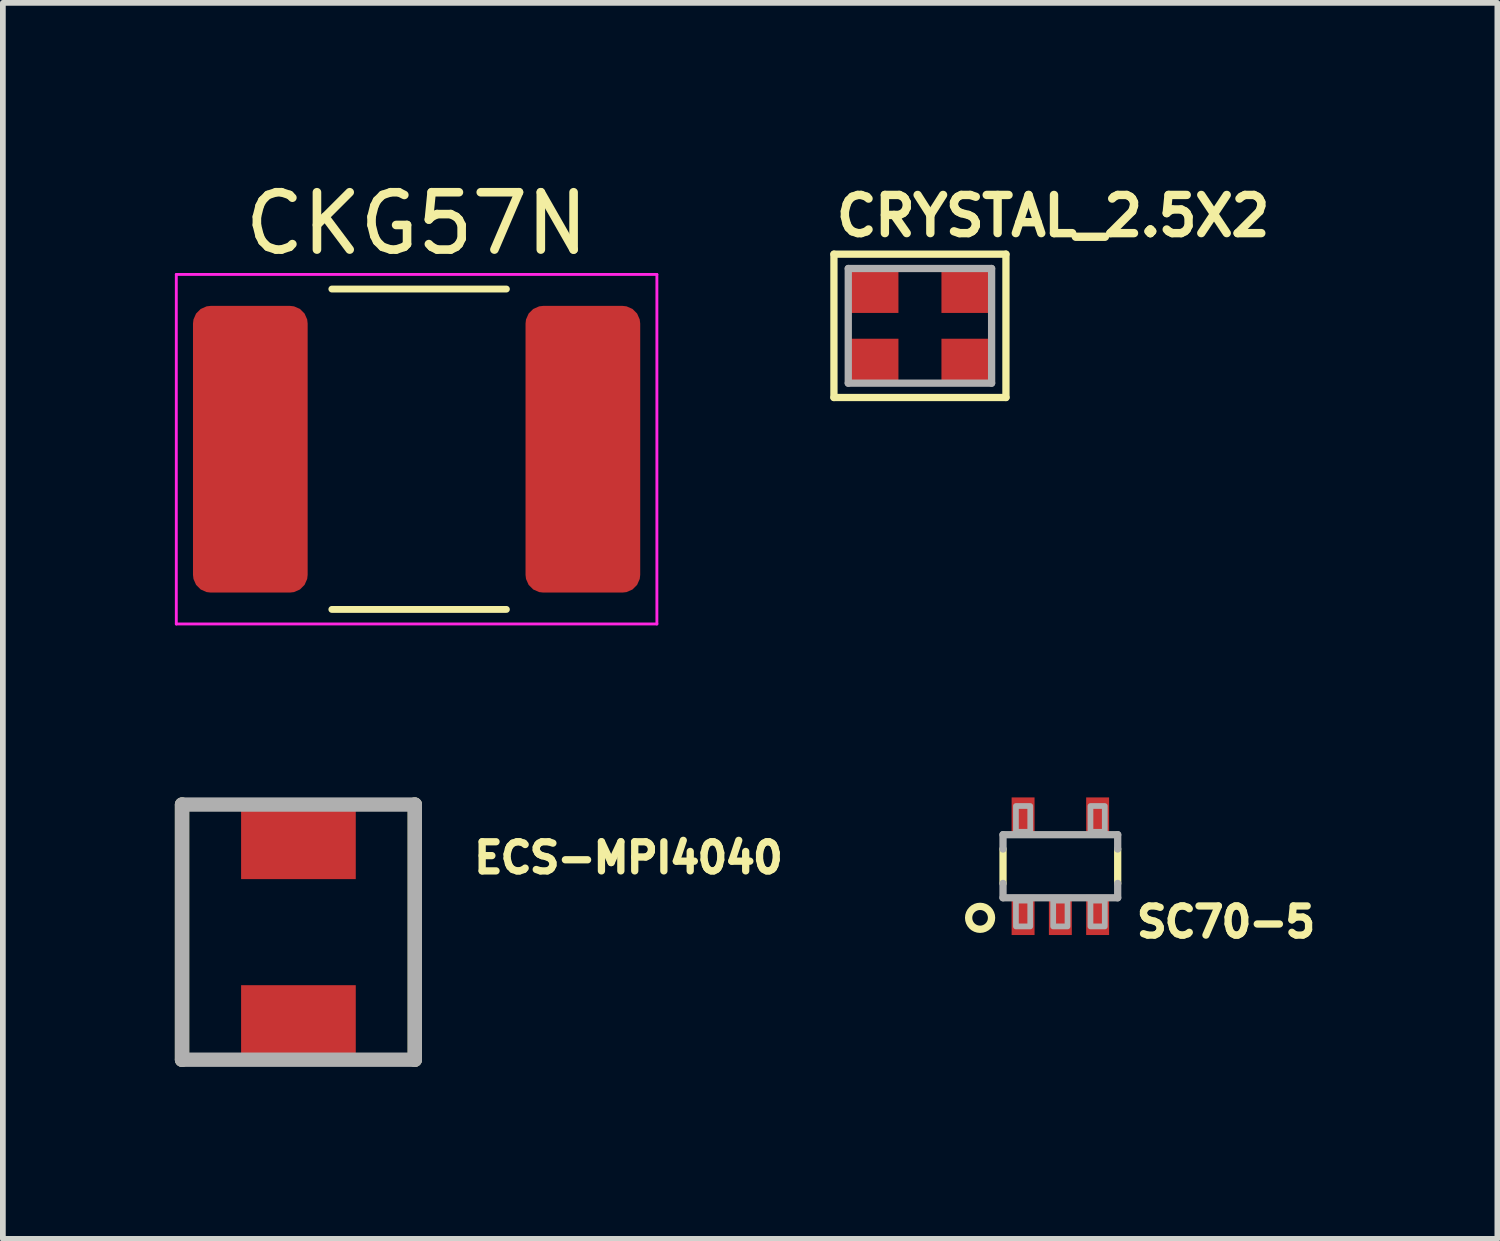
<source format=kicad_pcb>
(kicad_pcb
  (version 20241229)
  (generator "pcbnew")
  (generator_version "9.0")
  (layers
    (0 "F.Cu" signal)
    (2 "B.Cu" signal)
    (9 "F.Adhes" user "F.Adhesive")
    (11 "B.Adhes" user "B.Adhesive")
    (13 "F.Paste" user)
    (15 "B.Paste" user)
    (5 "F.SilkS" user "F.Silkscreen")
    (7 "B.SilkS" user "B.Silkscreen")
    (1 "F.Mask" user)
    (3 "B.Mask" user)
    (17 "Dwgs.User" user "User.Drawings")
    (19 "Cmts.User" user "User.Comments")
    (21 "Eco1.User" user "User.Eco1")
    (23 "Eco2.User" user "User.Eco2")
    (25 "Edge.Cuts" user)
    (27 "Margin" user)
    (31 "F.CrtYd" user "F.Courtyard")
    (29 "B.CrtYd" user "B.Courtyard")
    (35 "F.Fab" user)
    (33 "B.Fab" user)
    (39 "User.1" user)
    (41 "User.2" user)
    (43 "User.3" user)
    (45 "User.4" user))
  (footprint "ECS-MPI4040"
    (layer "F.Cu")
    (at 2.155 13.208)
    (property "Reference" "ECS-MPI4040" (at 3 -1 0) (layer "F.SilkS") (effects (font (size 0.508 0.508) (thickness 0.127)) (justify left bottom)))
    (fp_line (start -2.03 -2.225) (end -2.03 2.225) (stroke (width 0.25) (type solid)) (layer "F.SilkS"))
    (fp_line (start 2.03 -2.225) (end 2.03 2.225) (stroke (width 0.25) (type solid)) (layer "F.SilkS"))
    (fp_line (start -2.03 -2.225) (end -2.03 2.225) (stroke (width 0.25) (type solid)) (layer "F.Fab"))
    (fp_line (start 2.03 -2.225) (end -2.03 -2.225) (stroke (width 0.25) (type solid)) (layer "F.Fab"))
    (fp_line (start 2.03 -2.225) (end 2.03 2.225) (stroke (width 0.25) (type solid)) (layer "F.Fab"))
    (fp_line (start 2.03 2.225) (end -2.03 2.225) (stroke (width 0.25) (type solid)) (layer "F.Fab"))
    (pad "1" smd rect (at 0 -1.575) (size 2 1.3) (layers "F.Cu" "F.Mask" "F.Paste"))
    (pad "2" smd rect (at 0 1.575) (size 2 1.3) (layers "F.Cu" "F.Mask" "F.Paste")))
  (footprint "CRYSTAL_2.5X2"
    (layer "F.Cu")
    (at 12.995 2.633)
    (property "Reference" "CRYSTAL_2.5X2" (at -1.532 -1.528 0) (layer "F.SilkS") (effects (font (size 0.666 0.666) (thickness 0.146)) (justify left bottom)))
    (fp_line (start -1.5 -1.25) (end 1.5 -1.25) (stroke (width 0.127) (type solid)) (layer "F.SilkS"))
    (fp_line (start -1.5 1.25) (end -1.5 -1.25) (stroke (width 0.127) (type solid)) (layer "F.SilkS"))
    (fp_line (start 1.5 -1.25) (end 1.5 1.25) (stroke (width 0.127) (type solid)) (layer "F.SilkS"))
    (fp_line (start 1.5 1.25) (end -1.5 1.25) (stroke (width 0.127) (type solid)) (layer "F.SilkS"))
    (fp_line (start -1.25 -1) (end 1.25 -1) (stroke (width 0.127) (type solid)) (layer "F.Fab"))
    (fp_line (start -1.25 1) (end -1.25 -1) (stroke (width 0.127) (type solid)) (layer "F.Fab"))
    (fp_line (start 1.25 -1) (end 1.25 1) (stroke (width 0.127) (type solid)) (layer "F.Fab"))
    (fp_line (start 1.25 1) (end -1.25 1) (stroke (width 0.127) (type solid)) (layer "F.Fab"))
    (pad "1" smd rect (at -0.825 0.625) (size 0.9 0.8) (layers "F.Cu" "F.Mask" "F.Paste"))
    (pad "2" smd rect (at 0.825 0.625) (size 0.9 0.8) (layers "F.Cu" "F.Mask" "F.Paste"))
    (pad "3" smd rect (at 0.825 -0.625) (size 0.9 0.8) (layers "F.Cu" "F.Mask" "F.Paste"))
    (pad "4" smd rect (at -0.825 -0.625) (size 0.9 0.8) (layers "F.Cu" "F.Mask" "F.Paste")))
  (footprint "SC70-5"
    (layer "F.Cu")
    (at 15.444 12.058)
    (property "Reference" "SC70-5" (at 1.27 1.27 0) (layer "F.SilkS") (effects (font (size 0.508 0.508) (thickness 0.127)) (justify left bottom)))
    (fp_line (start -1 -0.3) (end -1 0.3) (stroke (width 0.127) (type solid)) (layer "F.SilkS"))
    (fp_line (start 1 0.3) (end 1 -0.3) (stroke (width 0.127) (type solid)) (layer "F.SilkS"))
    (fp_circle (center -1.4 0.9) (end -1.2 0.9) (stroke (width 0.127) (type solid)) (fill no) (layer "F.SilkS"))
    (fp_line (start -1 -0.55) (end -1 -0.3) (stroke (width 0.127) (type solid)) (layer "F.Fab"))
    (fp_line (start -1 0.55) (end -1 0.3) (stroke (width 0.127) (type solid)) (layer "F.Fab"))
    (fp_line (start -1 0.55) (end 1 0.55) (stroke (width 0.127) (type solid)) (layer "F.Fab"))
    (fp_line (start 1 -0.55) (end -1 -0.55) (stroke (width 0.127) (type solid)) (layer "F.Fab"))
    (fp_line (start 1 -0.55) (end 1 -0.3) (stroke (width 0.127) (type solid)) (layer "F.Fab"))
    (fp_line (start 1 0.55) (end 1 0.3) (stroke (width 0.127) (type solid)) (layer "F.Fab"))
    (fp_poly (pts (xy -0.775 -0.6) (xy -0.525 -0.6) (xy -0.525 -1.05) (xy -0.775 -1.05)) (stroke (width 0.1) (type solid)) (fill no) (layer "F.Fab"))
    (fp_poly (pts (xy -0.775 1.05) (xy -0.525 1.05) (xy -0.525 0.6) (xy -0.775 0.6)) (stroke (width 0.1) (type solid)) (fill no) (layer "F.Fab"))
    (fp_poly (pts (xy -0.125 1.05) (xy 0.125 1.05) (xy 0.125 0.6) (xy -0.125 0.6)) (stroke (width 0.1) (type solid)) (fill no) (layer "F.Fab"))
    (fp_poly (pts (xy 0.525 -0.6) (xy 0.775 -0.6) (xy 0.775 -1.05) (xy 0.525 -1.05)) (stroke (width 0.1) (type solid)) (fill no) (layer "F.Fab"))
    (fp_poly (pts (xy 0.525 1.05) (xy 0.775 1.05) (xy 0.775 0.6) (xy 0.525 0.6)) (stroke (width 0.1) (type solid)) (fill no) (layer "F.Fab"))
    (pad "1" smd rect (at -0.65 0.85) (size 0.4 0.7) (layers "F.Cu" "F.Mask" "F.Paste"))
    (pad "2" smd rect (at 0 0.85) (size 0.4 0.7) (layers "F.Cu" "F.Mask" "F.Paste"))
    (pad "3" smd rect (at 0.65 0.85) (size 0.4 0.7) (layers "F.Cu" "F.Mask" "F.Paste"))
    (pad "4" smd rect (at 0.65 -0.85) (size 0.4 0.7) (layers "F.Cu" "F.Mask" "F.Paste"))
    (pad "5" smd rect (at -0.65 -0.85) (size 0.4 0.7) (layers "F.Cu" "F.Mask" "F.Paste")))
  (footprint "CKG57N"
    (layer "F.Cu")
    (at 4.216 4.785)
    (property "Reference" "CKG57N" (at 0 -3.937 0) (unlocked yes) (layer "F.SilkS") (effects (font (size 1 1) (thickness 0.15))))
    (attr smd)
    (fp_line (start -1.478 -2.794) (end 1.566 -2.794) (stroke (width 0.12) (type solid)) (layer "F.SilkS"))
    (fp_line (start -1.478 2.794) (end 1.566 2.794) (stroke (width 0.12) (type solid)) (layer "F.SilkS"))
    (fp_line (start -4.191 -3.048) (end 4.191 -3.048) (stroke (width 0.05) (type solid)) (layer "F.CrtYd"))
    (fp_line (start -4.191 3.048) (end -4.191 -3.048) (stroke (width 0.05) (type solid)) (layer "F.CrtYd"))
    (fp_line (start 4.191 -3.048) (end 4.191 3.048) (stroke (width 0.05) (type solid)) (layer "F.CrtYd"))
    (fp_line (start 4.191 3.048) (end -4.191 3.048) (stroke (width 0.05) (type solid)) (layer "F.CrtYd"))
    (pad "1" smd roundrect (at -2.9 0) (size 2 5) (layers "F.Cu" "F.Mask" "F.Paste") (roundrect_rratio 0.154))
    (pad "2" smd roundrect (at 2.9 0) (size 2 5) (layers "F.Cu" "F.Mask" "F.Paste") (roundrect_rratio 0.154)))
  (gr_rect
    (start -3 -3)
    (end 23.066 18.558)
    (stroke (width 0.1) (type default))
    (fill no)
    (layer "Edge.Cuts")))
</source>
